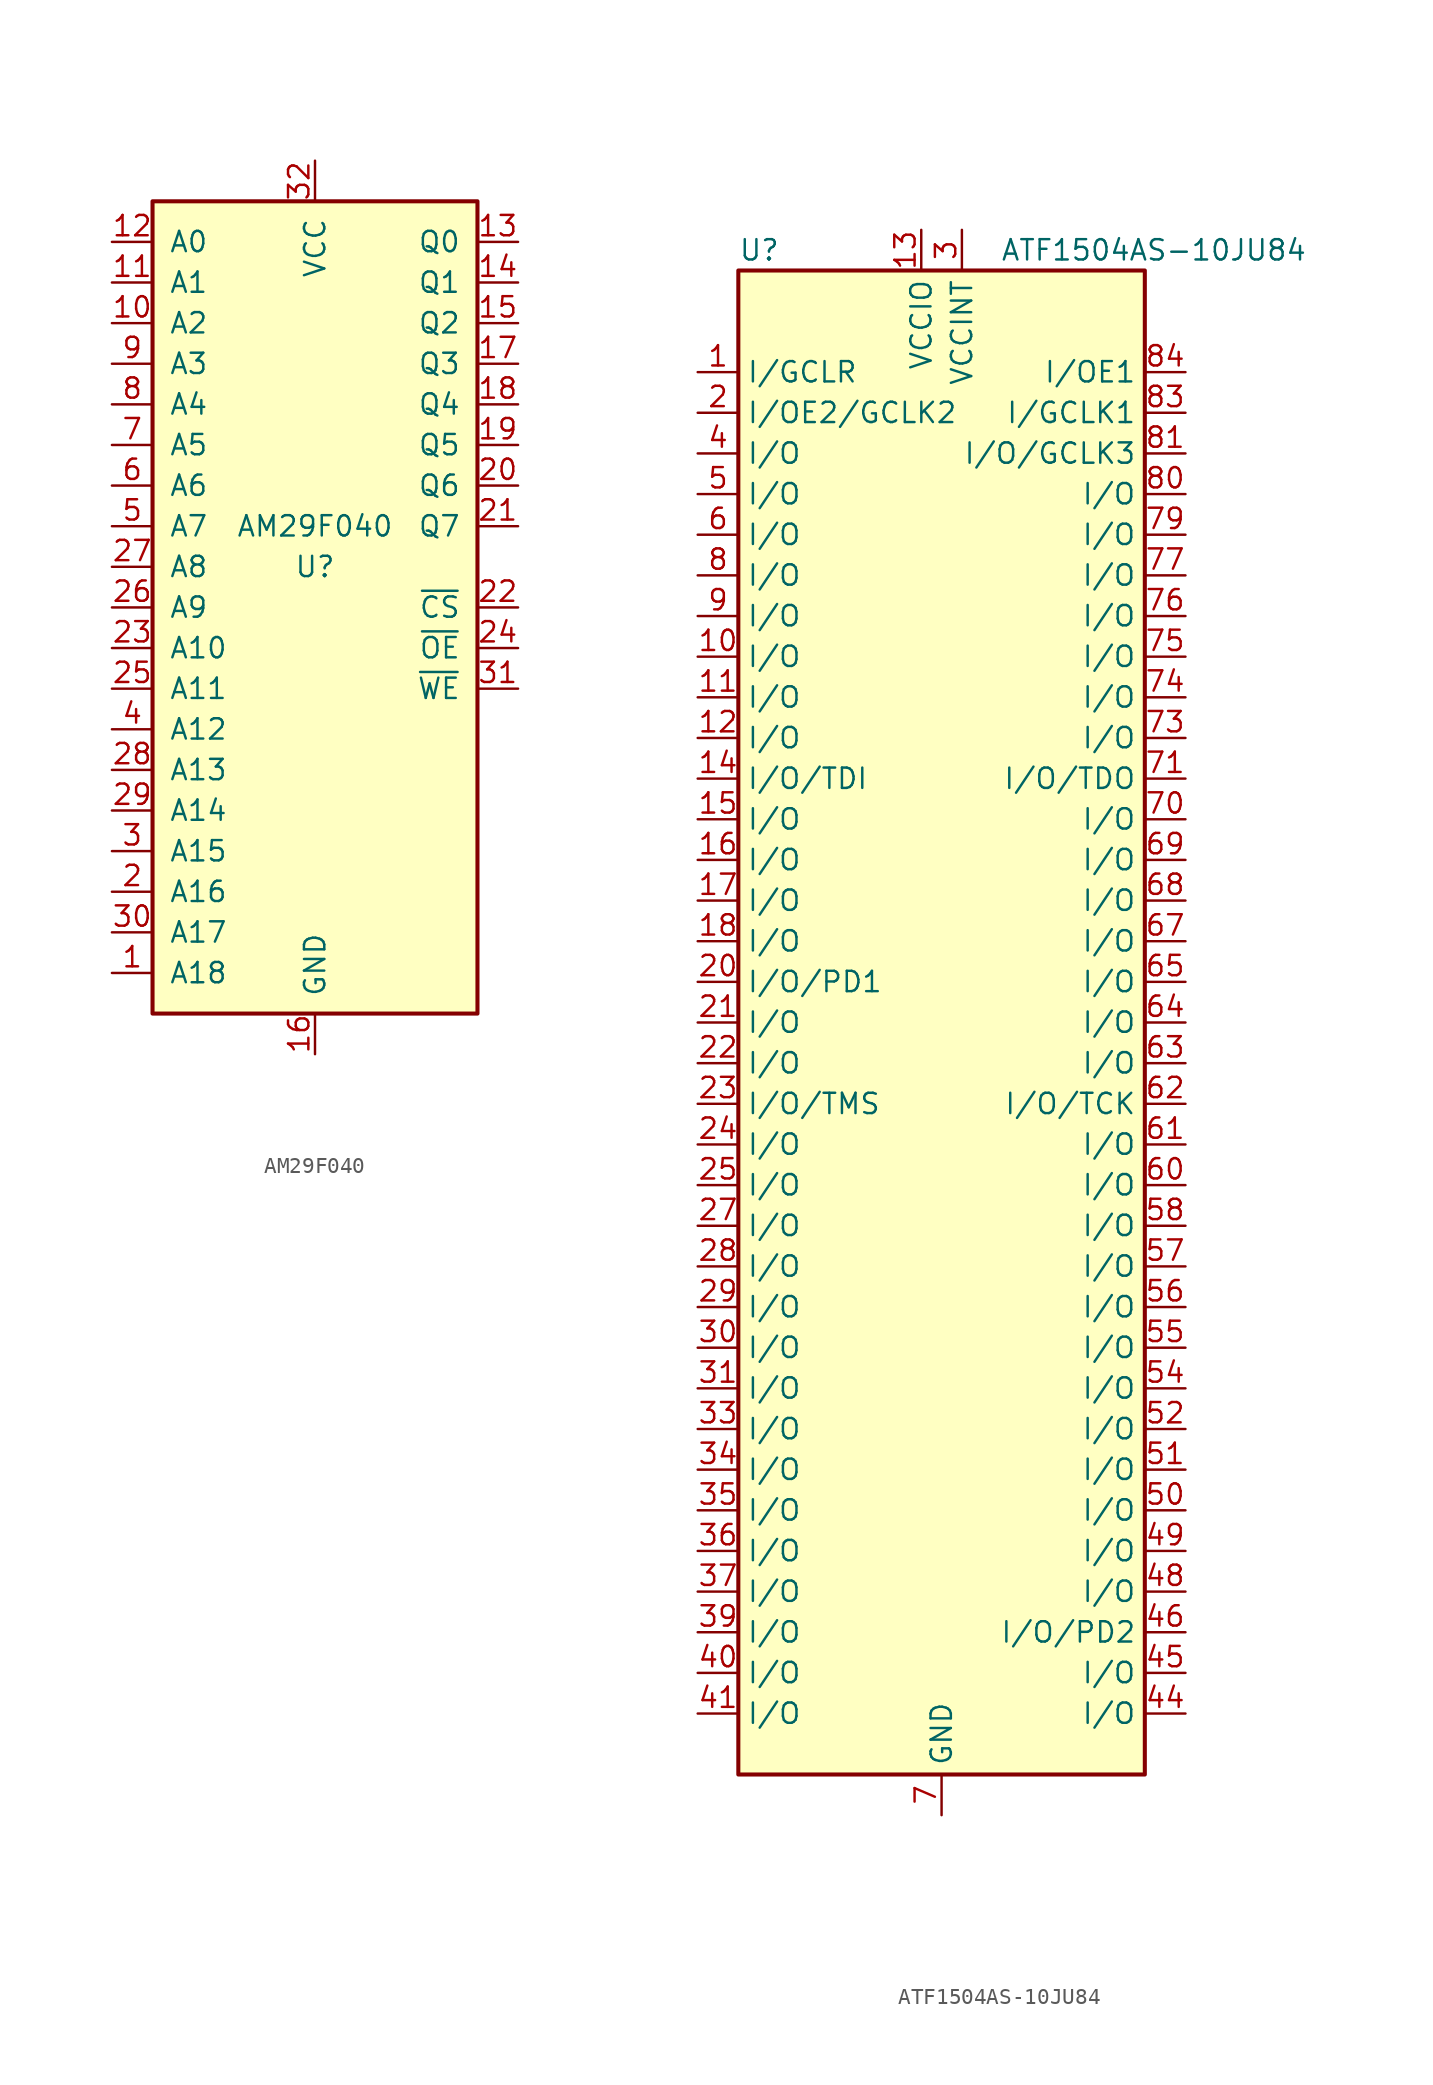
<source format=kicad_sym>
(kicad_symbol_lib
  (version 20211014)
  (generator kicad_symbol_editor)
  (symbol "AM29F040"
    (pin_names
      (offset 1.016))
    (property "Reference" "U"
      (at 0 0 0)
      (effects (font (size 1.27 1.27))))
    (property "Value" "AM29F040"
      (at 0 2.54 0)
      (effects (font (size 1.27 1.27))))
    (symbol "AM29F040_1_1"
      (rectangle (start -10.16 22.86) (end 10.16 -27.94) (stroke (width 0.254) (type default) (color 0 0 0 0)) (fill (type background)))
      (pin input line (at -12.7 -25.4 0) (length 2.54) (name "A18" (effects (font (size 1.27 1.27)))) (number "1" (effects (font (size 1.27 1.27)))))
      (pin input line (at -12.7 15.24 0) (length 2.54) (name "A2" (effects (font (size 1.27 1.27)))) (number "10" (effects (font (size 1.27 1.27)))))
      (pin input line (at -12.7 17.78 0) (length 2.54) (name "A1" (effects (font (size 1.27 1.27)))) (number "11" (effects (font (size 1.27 1.27)))))
      (pin input line (at -12.7 20.32 0) (length 2.54) (name "A0" (effects (font (size 1.27 1.27)))) (number "12" (effects (font (size 1.27 1.27)))))
      (pin tri_state line (at 12.7 20.32 180) (length 2.54) (name "Q0" (effects (font (size 1.27 1.27)))) (number "13" (effects (font (size 1.27 1.27)))))
      (pin tri_state line (at 12.7 17.78 180) (length 2.54) (name "Q1" (effects (font (size 1.27 1.27)))) (number "14" (effects (font (size 1.27 1.27)))))
      (pin tri_state line (at 12.7 15.24 180) (length 2.54) (name "Q2" (effects (font (size 1.27 1.27)))) (number "15" (effects (font (size 1.27 1.27)))))
      (pin power_in line (at 0 -30.48 90) (length 2.54) (name "GND" (effects (font (size 1.27 1.27)))) (number "16" (effects (font (size 1.27 1.27)))))
      (pin tri_state line (at 12.7 12.7 180) (length 2.54) (name "Q3" (effects (font (size 1.27 1.27)))) (number "17" (effects (font (size 1.27 1.27)))))
      (pin tri_state line (at 12.7 10.16 180) (length 2.54) (name "Q4" (effects (font (size 1.27 1.27)))) (number "18" (effects (font (size 1.27 1.27)))))
      (pin tri_state line (at 12.7 7.62 180) (length 2.54) (name "Q5" (effects (font (size 1.27 1.27)))) (number "19" (effects (font (size 1.27 1.27)))))
      (pin input line (at -12.7 -20.32 0) (length 2.54) (name "A16" (effects (font (size 1.27 1.27)))) (number "2" (effects (font (size 1.27 1.27)))))
      (pin tri_state line (at 12.7 5.08 180) (length 2.54) (name "Q6" (effects (font (size 1.27 1.27)))) (number "20" (effects (font (size 1.27 1.27)))))
      (pin tri_state line (at 12.7 2.54 180) (length 2.54) (name "Q7" (effects (font (size 1.27 1.27)))) (number "21" (effects (font (size 1.27 1.27)))))
      (pin input line (at 12.7 -2.54 180) (length 2.54) (name "~{CS}" (effects (font (size 1.27 1.27)))) (number "22" (effects (font (size 1.27 1.27)))))
      (pin input line (at -12.7 -5.08 0) (length 2.54) (name "A10" (effects (font (size 1.27 1.27)))) (number "23" (effects (font (size 1.27 1.27)))))
      (pin input line (at 12.7 -5.08 180) (length 2.54) (name "~{OE}" (effects (font (size 1.27 1.27)))) (number "24" (effects (font (size 1.27 1.27)))))
      (pin input line (at -12.7 -7.62 0) (length 2.54) (name "A11" (effects (font (size 1.27 1.27)))) (number "25" (effects (font (size 1.27 1.27)))))
      (pin input line (at -12.7 -2.54 0) (length 2.54) (name "A9" (effects (font (size 1.27 1.27)))) (number "26" (effects (font (size 1.27 1.27)))))
      (pin input line (at -12.7 0 0) (length 2.54) (name "A8" (effects (font (size 1.27 1.27)))) (number "27" (effects (font (size 1.27 1.27)))))
      (pin input line (at -12.7 -12.7 0) (length 2.54) (name "A13" (effects (font (size 1.27 1.27)))) (number "28" (effects (font (size 1.27 1.27)))))
      (pin input line (at -12.7 -15.24 0) (length 2.54) (name "A14" (effects (font (size 1.27 1.27)))) (number "29" (effects (font (size 1.27 1.27)))))
      (pin input line (at -12.7 -17.78 0) (length 2.54) (name "A15" (effects (font (size 1.27 1.27)))) (number "3" (effects (font (size 1.27 1.27)))))
      (pin input line (at -12.7 -22.86 0) (length 2.54) (name "A17" (effects (font (size 1.27 1.27)))) (number "30" (effects (font (size 1.27 1.27)))))
      (pin input line (at 12.7 -7.62 180) (length 2.54) (name "~{WE}" (effects (font (size 1.27 1.27)))) (number "31" (effects (font (size 1.27 1.27)))))
      (pin power_in line (at 0 25.4 270) (length 2.54) (name "VCC" (effects (font (size 1.27 1.27)))) (number "32" (effects (font (size 1.27 1.27)))))
      (pin input line (at -12.7 -10.16 0) (length 2.54) (name "A12" (effects (font (size 1.27 1.27)))) (number "4" (effects (font (size 1.27 1.27)))))
      (pin input line (at -12.7 2.54 0) (length 2.54) (name "A7" (effects (font (size 1.27 1.27)))) (number "5" (effects (font (size 1.27 1.27)))))
      (pin input line (at -12.7 5.08 0) (length 2.54) (name "A6" (effects (font (size 1.27 1.27)))) (number "6" (effects (font (size 1.27 1.27)))))
      (pin input line (at -12.7 7.62 0) (length 2.54) (name "A5" (effects (font (size 1.27 1.27)))) (number "7" (effects (font (size 1.27 1.27)))))
      (pin input line (at -12.7 10.16 0) (length 2.54) (name "A4" (effects (font (size 1.27 1.27)))) (number "8" (effects (font (size 1.27 1.27)))))
      (pin input line (at -12.7 12.7 0) (length 2.54) (name "A3" (effects (font (size 1.27 1.27)))) (number "9" (effects (font (size 1.27 1.27)))))))
  (symbol "ATF1504AS-10JU84"
    (property "Reference" "U"
      (at -12.7 48.26 0)
      (effects (font (size 1.27 1.27)) (justify left)))
    (property "Value" "ATF1504AS-10JU84"
      (at 22.86 48.26 0)
      (effects (font (size 1.27 1.27)) (justify right)))
    (symbol "ATF1504AS-10JU84_0_1"
      (rectangle (start -12.7 46.99) (end 12.7 -46.99) (stroke (width 0.254) (type default) (color 0 0 0 0)) (fill (type background))))
    (symbol "ATF1504AS-10JU84_1_1"
      (pin input line (at -15.24 40.64 0) (length 2.54) (name "I/GCLR" (effects (font (size 1.27 1.27)))) (number "1" (effects (font (size 1.27 1.27)))))
      (pin bidirectional line (at -15.24 22.86 0) (length 2.54) (name "I/O" (effects (font (size 1.27 1.27)))) (number "10" (effects (font (size 1.27 1.27)))))
      (pin bidirectional line (at -15.24 20.32 0) (length 2.54) (name "I/O" (effects (font (size 1.27 1.27)))) (number "11" (effects (font (size 1.27 1.27)))))
      (pin bidirectional line (at -15.24 17.78 0) (length 2.54) (name "I/O" (effects (font (size 1.27 1.27)))) (number "12" (effects (font (size 1.27 1.27)))))
      (pin power_in line (at -1.27 49.53 270) (length 2.54) (name "VCCIO" (effects (font (size 1.27 1.27)))) (number "13" (effects (font (size 1.27 1.27)))))
      (pin bidirectional line (at -15.24 15.24 0) (length 2.54) (name "I/O/TDI" (effects (font (size 1.27 1.27)))) (number "14" (effects (font (size 1.27 1.27)))))
      (pin bidirectional line (at -15.24 12.7 0) (length 2.54) (name "I/O" (effects (font (size 1.27 1.27)))) (number "15" (effects (font (size 1.27 1.27)))))
      (pin bidirectional line (at -15.24 10.16 0) (length 2.54) (name "I/O" (effects (font (size 1.27 1.27)))) (number "16" (effects (font (size 1.27 1.27)))))
      (pin bidirectional line (at -15.24 7.62 0) (length 2.54) (name "I/O" (effects (font (size 1.27 1.27)))) (number "17" (effects (font (size 1.27 1.27)))))
      (pin bidirectional line (at -15.24 5.08 0) (length 2.54) (name "I/O" (effects (font (size 1.27 1.27)))) (number "18" (effects (font (size 1.27 1.27)))))
      (pin passive line (at 0 -49.53 90) (length 2.54) hide (name "GND" (effects (font (size 1.27 1.27)))) (number "19" (effects (font (size 1.27 1.27)))))
      (pin input line (at -15.24 38.1 0) (length 2.54) (name "I/OE2/GCLK2" (effects (font (size 1.27 1.27)))) (number "2" (effects (font (size 1.27 1.27)))))
      (pin bidirectional line (at -15.24 2.54 0) (length 2.54) (name "I/O/PD1" (effects (font (size 1.27 1.27)))) (number "20" (effects (font (size 1.27 1.27)))))
      (pin bidirectional line (at -15.24 0 0) (length 2.54) (name "I/O" (effects (font (size 1.27 1.27)))) (number "21" (effects (font (size 1.27 1.27)))))
      (pin bidirectional line (at -15.24 -2.54 0) (length 2.54) (name "I/O" (effects (font (size 1.27 1.27)))) (number "22" (effects (font (size 1.27 1.27)))))
      (pin bidirectional line (at -15.24 -5.08 0) (length 2.54) (name "I/O/TMS" (effects (font (size 1.27 1.27)))) (number "23" (effects (font (size 1.27 1.27)))))
      (pin bidirectional line (at -15.24 -7.62 0) (length 2.54) (name "I/O" (effects (font (size 1.27 1.27)))) (number "24" (effects (font (size 1.27 1.27)))))
      (pin bidirectional line (at -15.24 -10.16 0) (length 2.54) (name "I/O" (effects (font (size 1.27 1.27)))) (number "25" (effects (font (size 1.27 1.27)))))
      (pin passive line (at -1.27 49.53 270) (length 2.54) hide (name "VCCIO" (effects (font (size 1.27 1.27)))) (number "26" (effects (font (size 1.27 1.27)))))
      (pin bidirectional line (at -15.24 -12.7 0) (length 2.54) (name "I/O" (effects (font (size 1.27 1.27)))) (number "27" (effects (font (size 1.27 1.27)))))
      (pin bidirectional line (at -15.24 -15.24 0) (length 2.54) (name "I/O" (effects (font (size 1.27 1.27)))) (number "28" (effects (font (size 1.27 1.27)))))
      (pin bidirectional line (at -15.24 -17.78 0) (length 2.54) (name "I/O" (effects (font (size 1.27 1.27)))) (number "29" (effects (font (size 1.27 1.27)))))
      (pin power_in line (at 1.27 49.53 270) (length 2.54) (name "VCCINT" (effects (font (size 1.27 1.27)))) (number "3" (effects (font (size 1.27 1.27)))))
      (pin bidirectional line (at -15.24 -20.32 0) (length 2.54) (name "I/O" (effects (font (size 1.27 1.27)))) (number "30" (effects (font (size 1.27 1.27)))))
      (pin bidirectional line (at -15.24 -22.86 0) (length 2.54) (name "I/O" (effects (font (size 1.27 1.27)))) (number "31" (effects (font (size 1.27 1.27)))))
      (pin passive line (at 0 -49.53 90) (length 2.54) hide (name "GND" (effects (font (size 1.27 1.27)))) (number "32" (effects (font (size 1.27 1.27)))))
      (pin bidirectional line (at -15.24 -25.4 0) (length 2.54) (name "I/O" (effects (font (size 1.27 1.27)))) (number "33" (effects (font (size 1.27 1.27)))))
      (pin bidirectional line (at -15.24 -27.94 0) (length 2.54) (name "I/O" (effects (font (size 1.27 1.27)))) (number "34" (effects (font (size 1.27 1.27)))))
      (pin bidirectional line (at -15.24 -30.48 0) (length 2.54) (name "I/O" (effects (font (size 1.27 1.27)))) (number "35" (effects (font (size 1.27 1.27)))))
      (pin bidirectional line (at -15.24 -33.02 0) (length 2.54) (name "I/O" (effects (font (size 1.27 1.27)))) (number "36" (effects (font (size 1.27 1.27)))))
      (pin bidirectional line (at -15.24 -35.56 0) (length 2.54) (name "I/O" (effects (font (size 1.27 1.27)))) (number "37" (effects (font (size 1.27 1.27)))))
      (pin passive line (at -1.27 49.53 270) (length 2.54) hide (name "VCCIO" (effects (font (size 1.27 1.27)))) (number "38" (effects (font (size 1.27 1.27)))))
      (pin bidirectional line (at -15.24 -38.1 0) (length 2.54) (name "I/O" (effects (font (size 1.27 1.27)))) (number "39" (effects (font (size 1.27 1.27)))))
      (pin bidirectional line (at -15.24 35.56 0) (length 2.54) (name "I/O" (effects (font (size 1.27 1.27)))) (number "4" (effects (font (size 1.27 1.27)))))
      (pin bidirectional line (at -15.24 -40.64 0) (length 2.54) (name "I/O" (effects (font (size 1.27 1.27)))) (number "40" (effects (font (size 1.27 1.27)))))
      (pin bidirectional line (at -15.24 -43.18 0) (length 2.54) (name "I/O" (effects (font (size 1.27 1.27)))) (number "41" (effects (font (size 1.27 1.27)))))
      (pin passive line (at 0 -49.53 90) (length 2.54) hide (name "GND" (effects (font (size 1.27 1.27)))) (number "42" (effects (font (size 1.27 1.27)))))
      (pin passive line (at 1.27 49.53 270) (length 2.54) hide (name "VCCINT" (effects (font (size 1.27 1.27)))) (number "43" (effects (font (size 1.27 1.27)))))
      (pin bidirectional line (at 15.24 -43.18 180) (length 2.54) (name "I/O" (effects (font (size 1.27 1.27)))) (number "44" (effects (font (size 1.27 1.27)))))
      (pin bidirectional line (at 15.24 -40.64 180) (length 2.54) (name "I/O" (effects (font (size 1.27 1.27)))) (number "45" (effects (font (size 1.27 1.27)))))
      (pin bidirectional line (at 15.24 -38.1 180) (length 2.54) (name "I/O/PD2" (effects (font (size 1.27 1.27)))) (number "46" (effects (font (size 1.27 1.27)))))
      (pin passive line (at 0 -49.53 90) (length 2.54) hide (name "GND" (effects (font (size 1.27 1.27)))) (number "47" (effects (font (size 1.27 1.27)))))
      (pin bidirectional line (at 15.24 -35.56 180) (length 2.54) (name "I/O" (effects (font (size 1.27 1.27)))) (number "48" (effects (font (size 1.27 1.27)))))
      (pin bidirectional line (at 15.24 -33.02 180) (length 2.54) (name "I/O" (effects (font (size 1.27 1.27)))) (number "49" (effects (font (size 1.27 1.27)))))
      (pin bidirectional line (at -15.24 33.02 0) (length 2.54) (name "I/O" (effects (font (size 1.27 1.27)))) (number "5" (effects (font (size 1.27 1.27)))))
      (pin bidirectional line (at 15.24 -30.48 180) (length 2.54) (name "I/O" (effects (font (size 1.27 1.27)))) (number "50" (effects (font (size 1.27 1.27)))))
      (pin bidirectional line (at 15.24 -27.94 180) (length 2.54) (name "I/O" (effects (font (size 1.27 1.27)))) (number "51" (effects (font (size 1.27 1.27)))))
      (pin bidirectional line (at 15.24 -25.4 180) (length 2.54) (name "I/O" (effects (font (size 1.27 1.27)))) (number "52" (effects (font (size 1.27 1.27)))))
      (pin passive line (at -1.27 49.53 270) (length 2.54) hide (name "VCCIO" (effects (font (size 1.27 1.27)))) (number "53" (effects (font (size 1.27 1.27)))))
      (pin bidirectional line (at 15.24 -22.86 180) (length 2.54) (name "I/O" (effects (font (size 1.27 1.27)))) (number "54" (effects (font (size 1.27 1.27)))))
      (pin bidirectional line (at 15.24 -20.32 180) (length 2.54) (name "I/O" (effects (font (size 1.27 1.27)))) (number "55" (effects (font (size 1.27 1.27)))))
      (pin bidirectional line (at 15.24 -17.78 180) (length 2.54) (name "I/O" (effects (font (size 1.27 1.27)))) (number "56" (effects (font (size 1.27 1.27)))))
      (pin bidirectional line (at 15.24 -15.24 180) (length 2.54) (name "I/O" (effects (font (size 1.27 1.27)))) (number "57" (effects (font (size 1.27 1.27)))))
      (pin bidirectional line (at 15.24 -12.7 180) (length 2.54) (name "I/O" (effects (font (size 1.27 1.27)))) (number "58" (effects (font (size 1.27 1.27)))))
      (pin passive line (at 0 -49.53 90) (length 2.54) hide (name "GND" (effects (font (size 1.27 1.27)))) (number "59" (effects (font (size 1.27 1.27)))))
      (pin bidirectional line (at -15.24 30.48 0) (length 2.54) (name "I/O" (effects (font (size 1.27 1.27)))) (number "6" (effects (font (size 1.27 1.27)))))
      (pin bidirectional line (at 15.24 -10.16 180) (length 2.54) (name "I/O" (effects (font (size 1.27 1.27)))) (number "60" (effects (font (size 1.27 1.27)))))
      (pin bidirectional line (at 15.24 -7.62 180) (length 2.54) (name "I/O" (effects (font (size 1.27 1.27)))) (number "61" (effects (font (size 1.27 1.27)))))
      (pin bidirectional line (at 15.24 -5.08 180) (length 2.54) (name "I/O/TCK" (effects (font (size 1.27 1.27)))) (number "62" (effects (font (size 1.27 1.27)))))
      (pin bidirectional line (at 15.24 -2.54 180) (length 2.54) (name "I/O" (effects (font (size 1.27 1.27)))) (number "63" (effects (font (size 1.27 1.27)))))
      (pin bidirectional line (at 15.24 0 180) (length 2.54) (name "I/O" (effects (font (size 1.27 1.27)))) (number "64" (effects (font (size 1.27 1.27)))))
      (pin bidirectional line (at 15.24 2.54 180) (length 2.54) (name "I/O" (effects (font (size 1.27 1.27)))) (number "65" (effects (font (size 1.27 1.27)))))
      (pin passive line (at -1.27 49.53 270) (length 2.54) hide (name "VCCIO" (effects (font (size 1.27 1.27)))) (number "66" (effects (font (size 1.27 1.27)))))
      (pin bidirectional line (at 15.24 5.08 180) (length 2.54) (name "I/O" (effects (font (size 1.27 1.27)))) (number "67" (effects (font (size 1.27 1.27)))))
      (pin bidirectional line (at 15.24 7.62 180) (length 2.54) (name "I/O" (effects (font (size 1.27 1.27)))) (number "68" (effects (font (size 1.27 1.27)))))
      (pin bidirectional line (at 15.24 10.16 180) (length 2.54) (name "I/O" (effects (font (size 1.27 1.27)))) (number "69" (effects (font (size 1.27 1.27)))))
      (pin power_in line (at 0 -49.53 90) (length 2.54) (name "GND" (effects (font (size 1.27 1.27)))) (number "7" (effects (font (size 1.27 1.27)))))
      (pin bidirectional line (at 15.24 12.7 180) (length 2.54) (name "I/O" (effects (font (size 1.27 1.27)))) (number "70" (effects (font (size 1.27 1.27)))))
      (pin bidirectional line (at 15.24 15.24 180) (length 2.54) (name "I/O/TDO" (effects (font (size 1.27 1.27)))) (number "71" (effects (font (size 1.27 1.27)))))
      (pin passive line (at 0 -49.53 90) (length 2.54) hide (name "GND" (effects (font (size 1.27 1.27)))) (number "72" (effects (font (size 1.27 1.27)))))
      (pin bidirectional line (at 15.24 17.78 180) (length 2.54) (name "I/O" (effects (font (size 1.27 1.27)))) (number "73" (effects (font (size 1.27 1.27)))))
      (pin bidirectional line (at 15.24 20.32 180) (length 2.54) (name "I/O" (effects (font (size 1.27 1.27)))) (number "74" (effects (font (size 1.27 1.27)))))
      (pin bidirectional line (at 15.24 22.86 180) (length 2.54) (name "I/O" (effects (font (size 1.27 1.27)))) (number "75" (effects (font (size 1.27 1.27)))))
      (pin bidirectional line (at 15.24 25.4 180) (length 2.54) (name "I/O" (effects (font (size 1.27 1.27)))) (number "76" (effects (font (size 1.27 1.27)))))
      (pin bidirectional line (at 15.24 27.94 180) (length 2.54) (name "I/O" (effects (font (size 1.27 1.27)))) (number "77" (effects (font (size 1.27 1.27)))))
      (pin passive line (at -1.27 49.53 270) (length 2.54) hide (name "VCCIO" (effects (font (size 1.27 1.27)))) (number "78" (effects (font (size 1.27 1.27)))))
      (pin bidirectional line (at 15.24 30.48 180) (length 2.54) (name "I/O" (effects (font (size 1.27 1.27)))) (number "79" (effects (font (size 1.27 1.27)))))
      (pin bidirectional line (at -15.24 27.94 0) (length 2.54) (name "I/O" (effects (font (size 1.27 1.27)))) (number "8" (effects (font (size 1.27 1.27)))))
      (pin bidirectional line (at 15.24 33.02 180) (length 2.54) (name "I/O" (effects (font (size 1.27 1.27)))) (number "80" (effects (font (size 1.27 1.27)))))
      (pin bidirectional line (at 15.24 35.56 180) (length 2.54) (name "I/O/GCLK3" (effects (font (size 1.27 1.27)))) (number "81" (effects (font (size 1.27 1.27)))))
      (pin passive line (at 0 -49.53 90) (length 2.54) hide (name "GND" (effects (font (size 1.27 1.27)))) (number "82" (effects (font (size 1.27 1.27)))))
      (pin input line (at 15.24 38.1 180) (length 2.54) (name "I/GCLK1" (effects (font (size 1.27 1.27)))) (number "83" (effects (font (size 1.27 1.27)))))
      (pin input line (at 15.24 40.64 180) (length 2.54) (name "I/OE1" (effects (font (size 1.27 1.27)))) (number "84" (effects (font (size 1.27 1.27)))))
      (pin bidirectional line (at -15.24 25.4 0) (length 2.54) (name "I/O" (effects (font (size 1.27 1.27)))) (number "9" (effects (font (size 1.27 1.27))))))))
</source>
